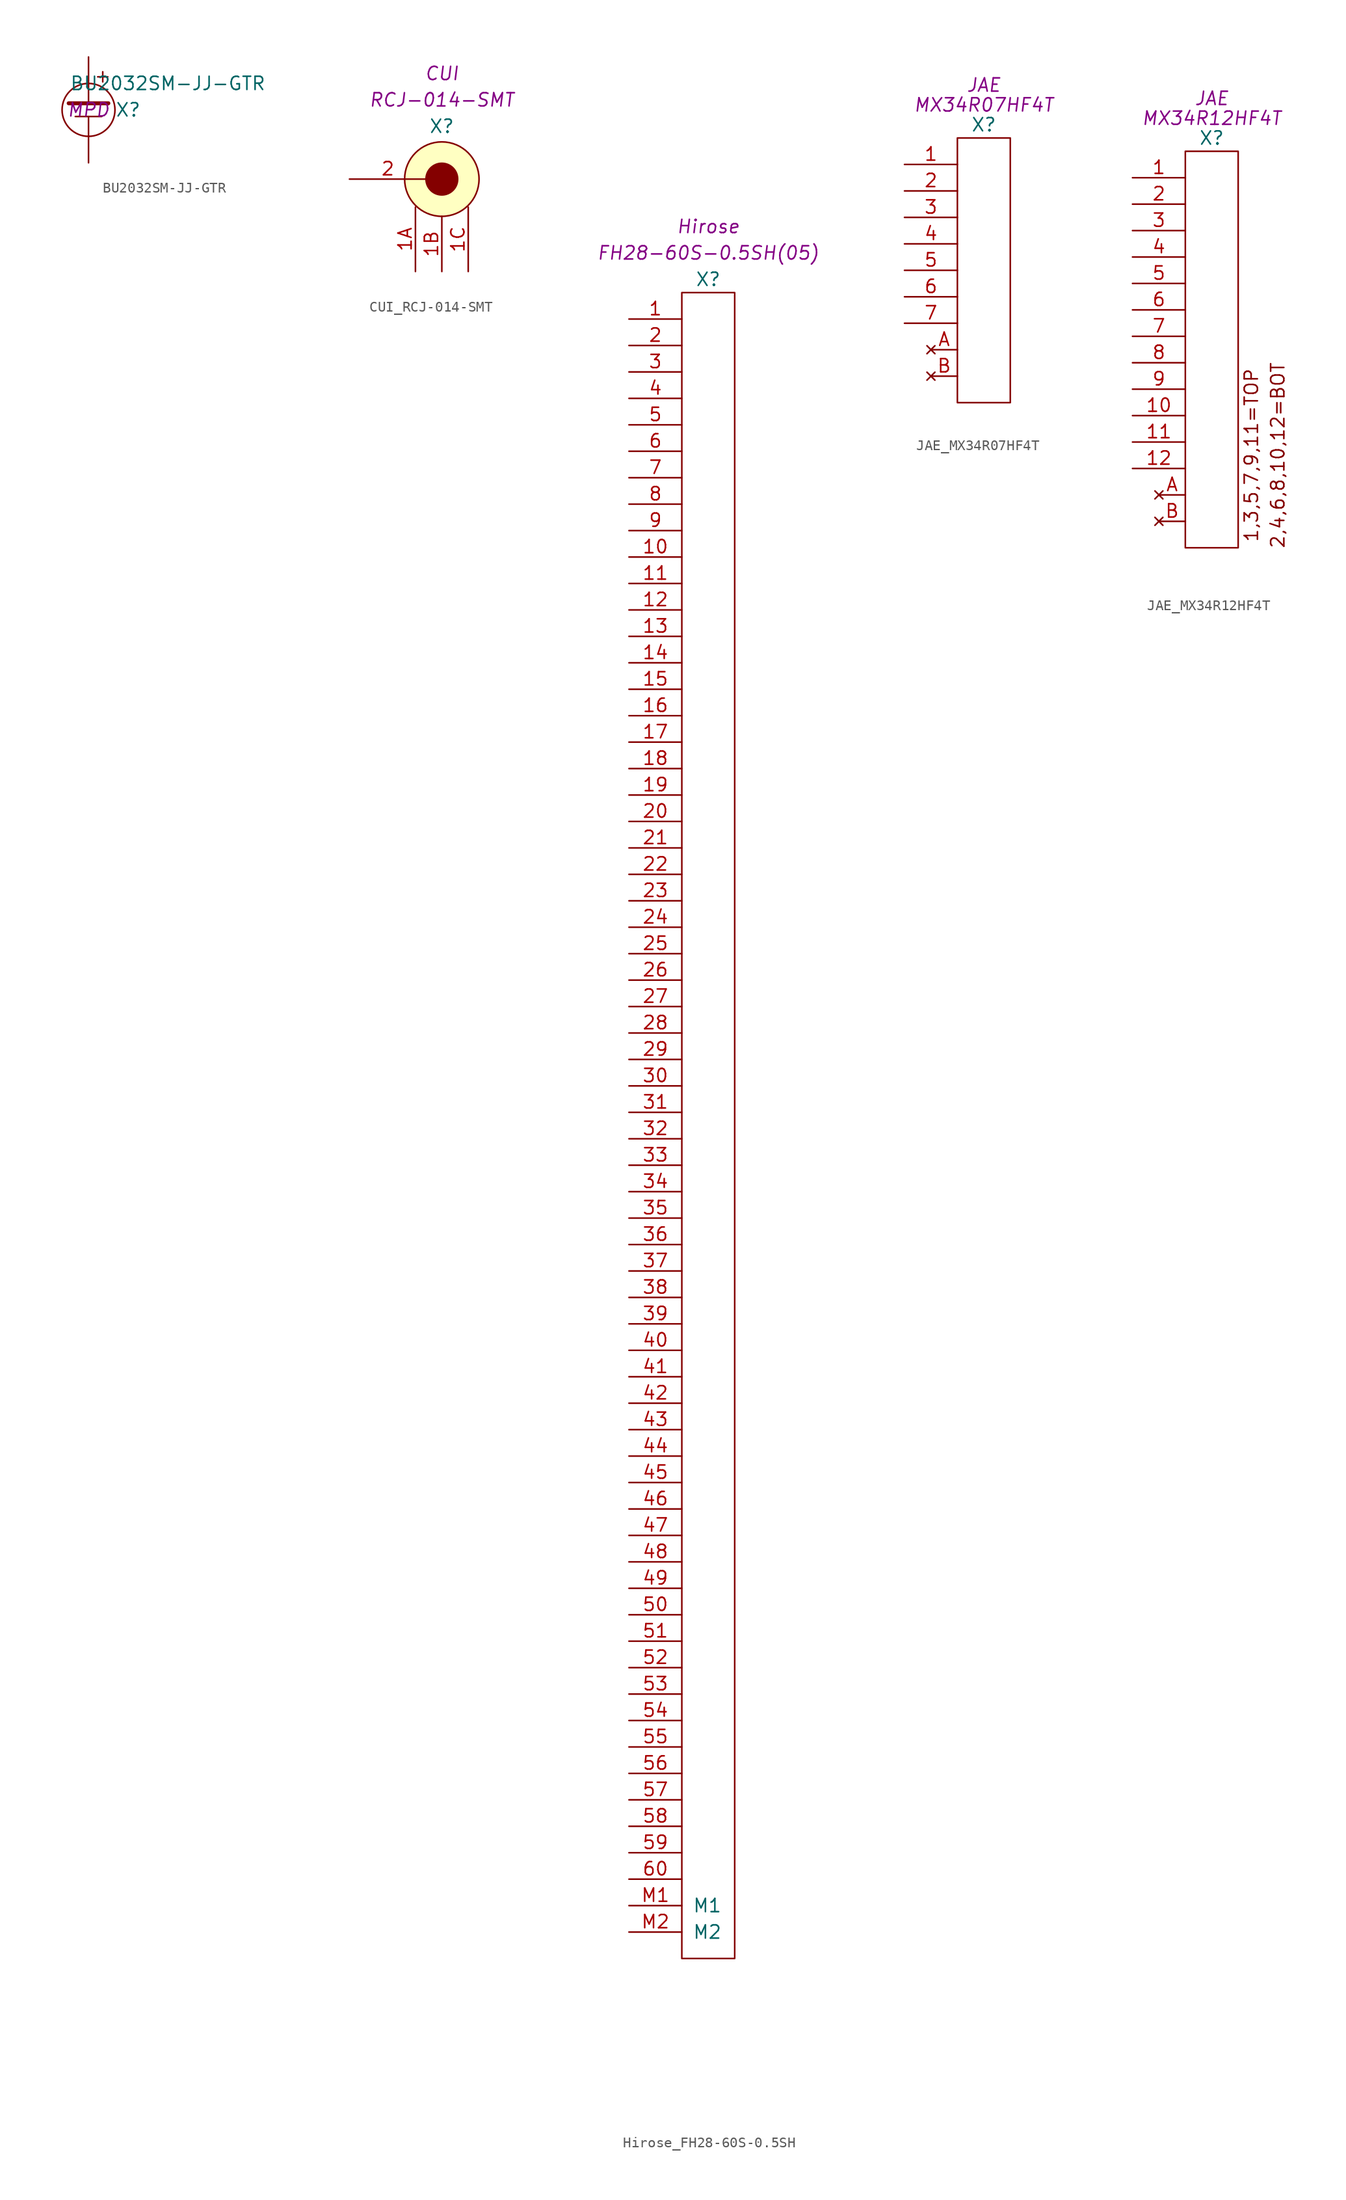
<source format=kicad_sym>
(kicad_symbol_lib
  (version 20211014)
  (generator kicad_symbol_editor)
  (symbol "BU2032SM-JJ-GTR"
    (pin_numbers hide)
    (pin_names
      (offset 1.016) hide)
    (property "Reference" "X"
      (at 3.81 0 0)
      (effects (font (size 1.27 1.27))))
    (property "Value" "BU2032SM-JJ-GTR"
      (at 7.62 2.54 0)
      (effects (font (size 1.27 1.27))))
    (property "Manuf" "MPD"
      (at 0 0 0)
      (effects (font (size 1.27 1.27) italic)))
    (symbol "BU2032SM-JJ-GTR_0_0"
      (text "+" (at 1.27 3.175 900) (effects (font (size 1.27 1.27)))))
    (symbol "BU2032SM-JJ-GTR_0_1"
      (polyline (pts (xy 0 -2.54) (xy 0 -0.635)) (stroke (width 0) (type default) (color 0 0 0 0)) (fill (type none)))
      (polyline (pts (xy 0 2.54) (xy 0 0.635)) (stroke (width 0) (type default) (color 0 0 0 0)) (fill (type none)))
      (polyline (pts (xy 1.27 -0.635) (xy -1.27 -0.635)) (stroke (width 0) (type default) (color 0 0 0 0)) (fill (type none)))
      (polyline (pts (xy 1.905 0.635) (xy -1.905 0.635)) (stroke (width 0.381) (type default) (color 0 0 0 0)) (fill (type none)))
      (circle (center 0 0) (radius 2.54) (stroke (width 0) (type default) (color 0 0 0 0)) (fill (type none))))
    (symbol "BU2032SM-JJ-GTR_1_1"
      (pin passive line (at 0 5.08 270) (length 2.54) (name "~" (effects (font (size 1.27 1.27)))) (number "1" (effects (font (size 1.27 1.27)))))
      (pin passive line (at 0 -5.08 90) (length 2.54) (name "~" (effects (font (size 1.27 1.27)))) (number "2" (effects (font (size 1.27 1.27)))))))
  (symbol "CUI_RCJ-014-SMT"
    (pin_names
      (offset 1.016))
    (property "Reference" "X"
      (at 0 5.08 0)
      (effects (font (size 1.27 1.27))))
    (property "Manuf" "CUI"
      (at 0 10.16 0)
      (effects (font (size 1.27 1.27) italic)))
    (property "p/n" "RCJ-014-SMT"
      (at 0 7.62 0)
      (effects (font (size 1.27 1.27) italic)))
    (symbol "CUI_RCJ-014-SMT_0_1"
      (circle (center 0 0) (radius 1.524) (stroke (width 0) (type default) (color 0 0 0 0)) (fill (type outline)))
      (circle (center 0 0) (radius 3.581) (stroke (width 0) (type default) (color 0 0 0 0)) (fill (type background))))
    (symbol "CUI_RCJ-014-SMT_1_1"
      (pin passive line (at -2.54 -8.89 90) (length 6.198) (name "~" (effects (font (size 1.27 1.27)))) (number "1A" (effects (font (size 1.27 1.27)))))
      (pin passive line (at 0 -8.89 90) (length 5.309) (name "~" (effects (font (size 1.27 1.27)))) (number "1B" (effects (font (size 1.27 1.27)))))
      (pin passive line (at 2.54 -8.89 90) (length 6.198) (name "~" (effects (font (size 1.27 1.27)))) (number "1C" (effects (font (size 1.27 1.27)))))
      (pin passive line (at -8.89 0 0) (length 7.391) (name "~" (effects (font (size 1.27 1.27)))) (number "2" (effects (font (size 1.27 1.27)))))))
  (symbol "Hirose_FH28-60S-0.5SH"
    (pin_names
      (offset 1.016))
    (property "Reference" "X"
      (at 2.54 1.27 0)
      (effects (font (size 1.27 1.27))))
    (property "p/n" "FH28-60S-0.5SH(05)"
      (at 2.54 3.81 0)
      (effects (font (size 1.27 1.27) italic)))
    (property "Manuf" "Hirose"
      (at 2.54 6.35 0)
      (effects (font (size 1.27 1.27) italic)))
    (symbol "Hirose_FH28-60S-0.5SH_0_1"
      (rectangle (start 0 0) (end 5.08 -160.02) (stroke (width 0) (type default) (color 0 0 0 0)) (fill (type none))))
    (symbol "Hirose_FH28-60S-0.5SH_1_1"
      (pin passive line (at -5.08 -2.54 0) (length 5.08) (name "~" (effects (font (size 1.27 1.27)))) (number "1" (effects (font (size 1.27 1.27)))))
      (pin passive line (at -5.08 -25.4 0) (length 5.08) (name "~" (effects (font (size 1.27 1.27)))) (number "10" (effects (font (size 1.27 1.27)))))
      (pin passive line (at -5.08 -27.94 0) (length 5.08) (name "~" (effects (font (size 1.27 1.27)))) (number "11" (effects (font (size 1.27 1.27)))))
      (pin passive line (at -5.08 -30.48 0) (length 5.08) (name "~" (effects (font (size 1.27 1.27)))) (number "12" (effects (font (size 1.27 1.27)))))
      (pin passive line (at -5.08 -33.02 0) (length 5.08) (name "~" (effects (font (size 1.27 1.27)))) (number "13" (effects (font (size 1.27 1.27)))))
      (pin passive line (at -5.08 -35.56 0) (length 5.08) (name "~" (effects (font (size 1.27 1.27)))) (number "14" (effects (font (size 1.27 1.27)))))
      (pin passive line (at -5.08 -38.1 0) (length 5.08) (name "~" (effects (font (size 1.27 1.27)))) (number "15" (effects (font (size 1.27 1.27)))))
      (pin passive line (at -5.08 -40.64 0) (length 5.08) (name "~" (effects (font (size 1.27 1.27)))) (number "16" (effects (font (size 1.27 1.27)))))
      (pin passive line (at -5.08 -43.18 0) (length 5.08) (name "~" (effects (font (size 1.27 1.27)))) (number "17" (effects (font (size 1.27 1.27)))))
      (pin passive line (at -5.08 -45.72 0) (length 5.08) (name "~" (effects (font (size 1.27 1.27)))) (number "18" (effects (font (size 1.27 1.27)))))
      (pin passive line (at -5.08 -48.26 0) (length 5.08) (name "~" (effects (font (size 1.27 1.27)))) (number "19" (effects (font (size 1.27 1.27)))))
      (pin passive line (at -5.08 -5.08 0) (length 5.08) (name "~" (effects (font (size 1.27 1.27)))) (number "2" (effects (font (size 1.27 1.27)))))
      (pin passive line (at -5.08 -50.8 0) (length 5.08) (name "~" (effects (font (size 1.27 1.27)))) (number "20" (effects (font (size 1.27 1.27)))))
      (pin passive line (at -5.08 -53.34 0) (length 5.08) (name "~" (effects (font (size 1.27 1.27)))) (number "21" (effects (font (size 1.27 1.27)))))
      (pin passive line (at -5.08 -55.88 0) (length 5.08) (name "~" (effects (font (size 1.27 1.27)))) (number "22" (effects (font (size 1.27 1.27)))))
      (pin passive line (at -5.08 -58.42 0) (length 5.08) (name "~" (effects (font (size 1.27 1.27)))) (number "23" (effects (font (size 1.27 1.27)))))
      (pin passive line (at -5.08 -60.96 0) (length 5.08) (name "~" (effects (font (size 1.27 1.27)))) (number "24" (effects (font (size 1.27 1.27)))))
      (pin passive line (at -5.08 -63.5 0) (length 5.08) (name "~" (effects (font (size 1.27 1.27)))) (number "25" (effects (font (size 1.27 1.27)))))
      (pin passive line (at -5.08 -66.04 0) (length 5.08) (name "~" (effects (font (size 1.27 1.27)))) (number "26" (effects (font (size 1.27 1.27)))))
      (pin passive line (at -5.08 -68.58 0) (length 5.08) (name "~" (effects (font (size 1.27 1.27)))) (number "27" (effects (font (size 1.27 1.27)))))
      (pin passive line (at -5.08 -71.12 0) (length 5.08) (name "~" (effects (font (size 1.27 1.27)))) (number "28" (effects (font (size 1.27 1.27)))))
      (pin passive line (at -5.08 -73.66 0) (length 5.08) (name "~" (effects (font (size 1.27 1.27)))) (number "29" (effects (font (size 1.27 1.27)))))
      (pin passive line (at -5.08 -7.62 0) (length 5.08) (name "~" (effects (font (size 1.27 1.27)))) (number "3" (effects (font (size 1.27 1.27)))))
      (pin passive line (at -5.08 -76.2 0) (length 5.08) (name "~" (effects (font (size 1.27 1.27)))) (number "30" (effects (font (size 1.27 1.27)))))
      (pin passive line (at -5.08 -78.74 0) (length 5.08) (name "~" (effects (font (size 1.27 1.27)))) (number "31" (effects (font (size 1.27 1.27)))))
      (pin passive line (at -5.08 -81.28 0) (length 5.08) (name "~" (effects (font (size 1.27 1.27)))) (number "32" (effects (font (size 1.27 1.27)))))
      (pin passive line (at -5.08 -83.82 0) (length 5.08) (name "~" (effects (font (size 1.27 1.27)))) (number "33" (effects (font (size 1.27 1.27)))))
      (pin passive line (at -5.08 -86.36 0) (length 5.08) (name "~" (effects (font (size 1.27 1.27)))) (number "34" (effects (font (size 1.27 1.27)))))
      (pin passive line (at -5.08 -88.9 0) (length 5.08) (name "~" (effects (font (size 1.27 1.27)))) (number "35" (effects (font (size 1.27 1.27)))))
      (pin passive line (at -5.08 -91.44 0) (length 5.08) (name "~" (effects (font (size 1.27 1.27)))) (number "36" (effects (font (size 1.27 1.27)))))
      (pin passive line (at -5.08 -93.98 0) (length 5.08) (name "~" (effects (font (size 1.27 1.27)))) (number "37" (effects (font (size 1.27 1.27)))))
      (pin passive line (at -5.08 -96.52 0) (length 5.08) (name "~" (effects (font (size 1.27 1.27)))) (number "38" (effects (font (size 1.27 1.27)))))
      (pin passive line (at -5.08 -99.06 0) (length 5.08) (name "~" (effects (font (size 1.27 1.27)))) (number "39" (effects (font (size 1.27 1.27)))))
      (pin passive line (at -5.08 -10.16 0) (length 5.08) (name "~" (effects (font (size 1.27 1.27)))) (number "4" (effects (font (size 1.27 1.27)))))
      (pin passive line (at -5.08 -101.6 0) (length 5.08) (name "~" (effects (font (size 1.27 1.27)))) (number "40" (effects (font (size 1.27 1.27)))))
      (pin passive line (at -5.08 -104.14 0) (length 5.08) (name "~" (effects (font (size 1.27 1.27)))) (number "41" (effects (font (size 1.27 1.27)))))
      (pin passive line (at -5.08 -106.68 0) (length 5.08) (name "~" (effects (font (size 1.27 1.27)))) (number "42" (effects (font (size 1.27 1.27)))))
      (pin passive line (at -5.08 -109.22 0) (length 5.08) (name "~" (effects (font (size 1.27 1.27)))) (number "43" (effects (font (size 1.27 1.27)))))
      (pin passive line (at -5.08 -111.76 0) (length 5.08) (name "~" (effects (font (size 1.27 1.27)))) (number "44" (effects (font (size 1.27 1.27)))))
      (pin passive line (at -5.08 -114.3 0) (length 5.08) (name "~" (effects (font (size 1.27 1.27)))) (number "45" (effects (font (size 1.27 1.27)))))
      (pin passive line (at -5.08 -116.84 0) (length 5.08) (name "~" (effects (font (size 1.27 1.27)))) (number "46" (effects (font (size 1.27 1.27)))))
      (pin passive line (at -5.08 -119.38 0) (length 5.08) (name "~" (effects (font (size 1.27 1.27)))) (number "47" (effects (font (size 1.27 1.27)))))
      (pin passive line (at -5.08 -121.92 0) (length 5.08) (name "~" (effects (font (size 1.27 1.27)))) (number "48" (effects (font (size 1.27 1.27)))))
      (pin passive line (at -5.08 -124.46 0) (length 5.08) (name "~" (effects (font (size 1.27 1.27)))) (number "49" (effects (font (size 1.27 1.27)))))
      (pin passive line (at -5.08 -12.7 0) (length 5.08) (name "~" (effects (font (size 1.27 1.27)))) (number "5" (effects (font (size 1.27 1.27)))))
      (pin passive line (at -5.08 -127 0) (length 5.08) (name "~" (effects (font (size 1.27 1.27)))) (number "50" (effects (font (size 1.27 1.27)))))
      (pin passive line (at -5.08 -129.54 0) (length 5.08) (name "~" (effects (font (size 1.27 1.27)))) (number "51" (effects (font (size 1.27 1.27)))))
      (pin passive line (at -5.08 -132.08 0) (length 5.08) (name "~" (effects (font (size 1.27 1.27)))) (number "52" (effects (font (size 1.27 1.27)))))
      (pin passive line (at -5.08 -134.62 0) (length 5.08) (name "~" (effects (font (size 1.27 1.27)))) (number "53" (effects (font (size 1.27 1.27)))))
      (pin passive line (at -5.08 -137.16 0) (length 5.08) (name "~" (effects (font (size 1.27 1.27)))) (number "54" (effects (font (size 1.27 1.27)))))
      (pin passive line (at -5.08 -139.7 0) (length 5.08) (name "~" (effects (font (size 1.27 1.27)))) (number "55" (effects (font (size 1.27 1.27)))))
      (pin passive line (at -5.08 -142.24 0) (length 5.08) (name "~" (effects (font (size 1.27 1.27)))) (number "56" (effects (font (size 1.27 1.27)))))
      (pin passive line (at -5.08 -144.78 0) (length 5.08) (name "~" (effects (font (size 1.27 1.27)))) (number "57" (effects (font (size 1.27 1.27)))))
      (pin passive line (at -5.08 -147.32 0) (length 5.08) (name "~" (effects (font (size 1.27 1.27)))) (number "58" (effects (font (size 1.27 1.27)))))
      (pin passive line (at -5.08 -149.86 0) (length 5.08) (name "~" (effects (font (size 1.27 1.27)))) (number "59" (effects (font (size 1.27 1.27)))))
      (pin passive line (at -5.08 -15.24 0) (length 5.08) (name "~" (effects (font (size 1.27 1.27)))) (number "6" (effects (font (size 1.27 1.27)))))
      (pin passive line (at -5.08 -152.4 0) (length 5.08) (name "~" (effects (font (size 1.27 1.27)))) (number "60" (effects (font (size 1.27 1.27)))))
      (pin passive line (at -5.08 -17.78 0) (length 5.08) (name "~" (effects (font (size 1.27 1.27)))) (number "7" (effects (font (size 1.27 1.27)))))
      (pin passive line (at -5.08 -20.32 0) (length 5.08) (name "~" (effects (font (size 1.27 1.27)))) (number "8" (effects (font (size 1.27 1.27)))))
      (pin passive line (at -5.08 -22.86 0) (length 5.08) (name "~" (effects (font (size 1.27 1.27)))) (number "9" (effects (font (size 1.27 1.27)))))
      (pin passive line (at -5.08 -154.94 0) (length 5.08) (name "M1" (effects (font (size 1.27 1.27)))) (number "M1" (effects (font (size 1.27 1.27)))))
      (pin passive line (at -5.08 -157.48 0) (length 5.08) (name "M2" (effects (font (size 1.27 1.27)))) (number "M2" (effects (font (size 1.27 1.27)))))))
  (symbol "JAE_MX34R07HF4T"
    (pin_names
      (offset 1.016))
    (property "Reference" "X"
      (at 0 11.43 0)
      (effects (font (size 1.27 1.27))))
    (property "Manuf" "JAE"
      (at 0 15.24 0)
      (effects (font (size 1.27 1.27) italic)))
    (property "p/n" "MX34R07HF4T"
      (at 0 13.335 0)
      (effects (font (size 1.27 1.27) italic)))
    (symbol "JAE_MX34R07HF4T_0_1"
      (rectangle (start -2.54 10.16) (end 2.54 -15.24) (stroke (width 0) (type default) (color 0 0 0 0)) (fill (type none))))
    (symbol "JAE_MX34R07HF4T_1_1"
      (pin passive line (at -7.62 7.62 0) (length 5.08) (name "~" (effects (font (size 1.27 1.27)))) (number "1" (effects (font (size 1.27 1.27)))))
      (pin passive line (at -7.62 5.08 0) (length 5.08) (name "~" (effects (font (size 1.27 1.27)))) (number "2" (effects (font (size 1.27 1.27)))))
      (pin passive line (at -7.62 2.54 0) (length 5.08) (name "~" (effects (font (size 1.27 1.27)))) (number "3" (effects (font (size 1.27 1.27)))))
      (pin passive line (at -7.62 0 0) (length 5.08) (name "~" (effects (font (size 1.27 1.27)))) (number "4" (effects (font (size 1.27 1.27)))))
      (pin passive line (at -7.62 -2.54 0) (length 5.08) (name "~" (effects (font (size 1.27 1.27)))) (number "5" (effects (font (size 1.27 1.27)))))
      (pin passive line (at -7.62 -5.08 0) (length 5.08) (name "~" (effects (font (size 1.27 1.27)))) (number "6" (effects (font (size 1.27 1.27)))))
      (pin passive line (at -7.62 -7.62 0) (length 5.08) (name "~" (effects (font (size 1.27 1.27)))) (number "7" (effects (font (size 1.27 1.27)))))
      (pin no_connect line (at -5.08 -10.16 0) (length 2.54) (name "~" (effects (font (size 1.27 1.27)))) (number "A" (effects (font (size 1.27 1.27)))))
      (pin no_connect line (at -5.08 -12.7 0) (length 2.54) (name "~" (effects (font (size 1.27 1.27)))) (number "B" (effects (font (size 1.27 1.27)))))))
  (symbol "JAE_MX34R12HF4T"
    (pin_names
      (offset 1.016))
    (property "Reference" "X"
      (at 0 11.43 0)
      (effects (font (size 1.27 1.27))))
    (property "Manuf" "JAE"
      (at 0 15.24 0)
      (effects (font (size 1.27 1.27) italic)))
    (property "p/n" "MX34R12HF4T"
      (at 0 13.335 0)
      (effects (font (size 1.27 1.27) italic)))
    (symbol "JAE_MX34R12HF4T_0_0"
      (text "1,3,5,7,9,11=TOP" (at 3.81 -19.05 900) (effects (font (size 1.27 1.27)))))
    (symbol "JAE_MX34R12HF4T_0_1"
      (rectangle (start -2.54 10.16) (end 2.54 -27.94) (stroke (width 0) (type default) (color 0 0 0 0)) (fill (type none))))
    (symbol "JAE_MX34R12HF4T_1_1"
      (text "2,4,6,8,10,12=BOT" (at 6.35 -19.05 900) (effects (font (size 1.27 1.27))))
      (pin passive line (at -7.62 7.62 0) (length 5.08) (name "~" (effects (font (size 1.27 1.27)))) (number "1" (effects (font (size 1.27 1.27)))))
      (pin passive line (at -7.62 -15.24 0) (length 5.08) (name "~" (effects (font (size 1.27 1.27)))) (number "10" (effects (font (size 1.27 1.27)))))
      (pin passive line (at -7.62 -17.78 0) (length 5.08) (name "~" (effects (font (size 1.27 1.27)))) (number "11" (effects (font (size 1.27 1.27)))))
      (pin passive line (at -7.62 -20.32 0) (length 5.08) (name "~" (effects (font (size 1.27 1.27)))) (number "12" (effects (font (size 1.27 1.27)))))
      (pin passive line (at -7.62 5.08 0) (length 5.08) (name "~" (effects (font (size 1.27 1.27)))) (number "2" (effects (font (size 1.27 1.27)))))
      (pin passive line (at -7.62 2.54 0) (length 5.08) (name "~" (effects (font (size 1.27 1.27)))) (number "3" (effects (font (size 1.27 1.27)))))
      (pin passive line (at -7.62 0 0) (length 5.08) (name "~" (effects (font (size 1.27 1.27)))) (number "4" (effects (font (size 1.27 1.27)))))
      (pin passive line (at -7.62 -2.54 0) (length 5.08) (name "~" (effects (font (size 1.27 1.27)))) (number "5" (effects (font (size 1.27 1.27)))))
      (pin passive line (at -7.62 -5.08 0) (length 5.08) (name "~" (effects (font (size 1.27 1.27)))) (number "6" (effects (font (size 1.27 1.27)))))
      (pin passive line (at -7.62 -7.62 0) (length 5.08) (name "~" (effects (font (size 1.27 1.27)))) (number "7" (effects (font (size 1.27 1.27)))))
      (pin passive line (at -7.62 -10.16 0) (length 5.08) (name "~" (effects (font (size 1.27 1.27)))) (number "8" (effects (font (size 1.27 1.27)))))
      (pin passive line (at -7.62 -12.7 0) (length 5.08) (name "~" (effects (font (size 1.27 1.27)))) (number "9" (effects (font (size 1.27 1.27)))))
      (pin no_connect line (at -5.08 -22.86 0) (length 2.54) (name "~" (effects (font (size 1.27 1.27)))) (number "A" (effects (font (size 1.27 1.27)))))
      (pin no_connect line (at -5.08 -25.4 0) (length 2.54) (name "~" (effects (font (size 1.27 1.27)))) (number "B" (effects (font (size 1.27 1.27))))))))
</source>
